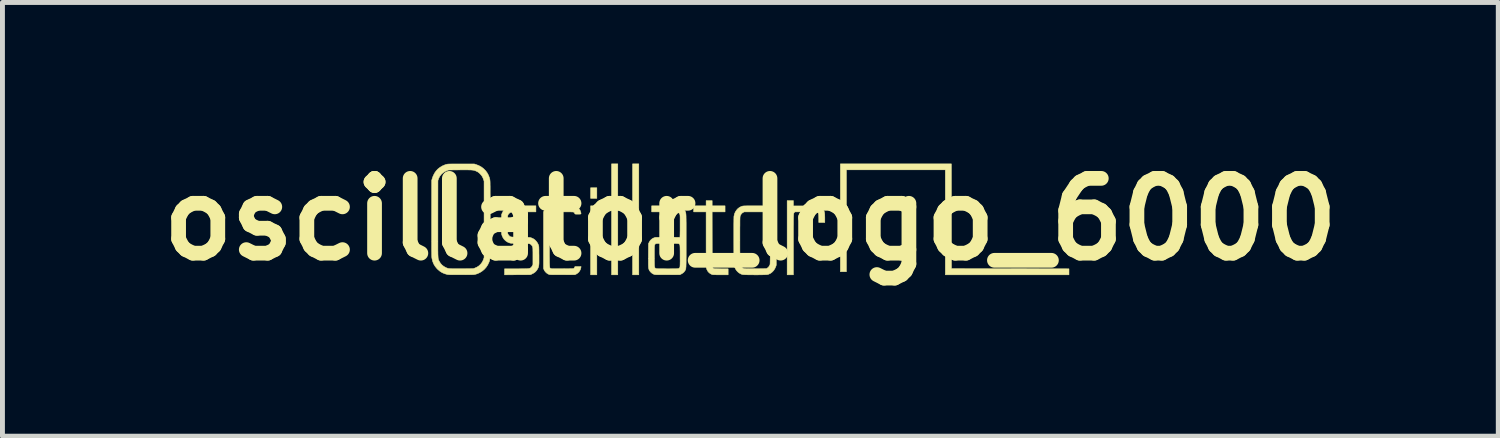
<source format=kicad_pcb>
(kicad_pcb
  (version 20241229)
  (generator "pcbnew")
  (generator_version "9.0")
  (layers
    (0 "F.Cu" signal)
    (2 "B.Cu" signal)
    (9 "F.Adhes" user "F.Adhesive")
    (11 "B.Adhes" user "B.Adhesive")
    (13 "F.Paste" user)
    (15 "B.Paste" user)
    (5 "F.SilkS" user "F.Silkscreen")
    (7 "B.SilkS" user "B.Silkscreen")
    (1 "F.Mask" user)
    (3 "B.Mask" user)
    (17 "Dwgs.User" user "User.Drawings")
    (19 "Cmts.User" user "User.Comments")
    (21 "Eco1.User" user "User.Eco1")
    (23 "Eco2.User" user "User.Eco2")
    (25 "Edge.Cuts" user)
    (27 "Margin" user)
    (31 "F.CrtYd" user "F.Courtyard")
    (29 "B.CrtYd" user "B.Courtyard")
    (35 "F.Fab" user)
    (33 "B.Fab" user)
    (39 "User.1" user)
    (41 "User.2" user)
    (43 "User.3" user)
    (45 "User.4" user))
  (footprint "oscillator_logo_6000"
    (layer "F.Cu")
    (at 12.236 1.418)
    (property "Reference" "oscillator_logo_6000" (at 0 0 0) (layer "F.SilkS") (effects (font (size 1.524 1.524) (thickness 0.3))))
    (attr through_hole)
    (fp_poly (pts (xy -3.128 -0.428) (xy -3.255 -0.428) (xy -3.255 -0.643) (xy -3.128 -0.643) (xy -3.128 -0.428)) (stroke (width 0.01) (type solid)) (fill yes) (layer "F.SilkS"))
    (fp_poly (pts (xy -3.128 1.13) (xy -3.255 1.13) (xy -3.255 -0.275) (xy -3.128 -0.275) (xy -3.128 1.13)) (stroke (width 0.01) (type solid)) (fill yes) (layer "F.SilkS"))
    (fp_poly (pts (xy -2.701 1.13) (xy -2.828 1.13) (xy -2.828 -1.13) (xy -2.701 -1.13) (xy -2.701 1.13)) (stroke (width 0.01) (type solid)) (fill yes) (layer "F.SilkS"))
    (fp_poly (pts (xy -2.273 1.13) (xy -2.4 1.13) (xy -2.4 -1.13) (xy -2.273 -1.13) (xy -2.273 1.13)) (stroke (width 0.01) (type solid)) (fill yes) (layer "F.SilkS"))
    (fp_poly (pts (xy 4.095 -0.062) (xy 4.096 1.005) (xy 5.293 1.006) (xy 6.49 1.008) (xy 6.49 1.13) (xy 3.971 1.13) (xy 3.971 -1.008) (xy 1.956 -1.008) (xy 1.956 1.067) (xy 1.833 1.067) (xy 1.833 -1.13) (xy 4.094 -1.13) (xy 4.095 -0.062)) (stroke (width 0.01) (type solid)) (fill yes) (layer "F.SilkS"))
    (fp_poly (pts (xy -0.779 -0.275) (xy -0.516 -0.275) (xy -0.516 -0.152) (xy -0.779 -0.152) (xy -0.778 0.407) (xy -0.777 0.967) (xy -0.767 0.982) (xy -0.759 0.993) (xy -0.749 1.002) (xy -0.747 1.003) (xy -0.74 1.004) (xy -0.727 1.005) (xy -0.707 1.006) (xy -0.68 1.007) (xy -0.645 1.007) (xy -0.602 1.008) (xy -0.595 1.008) (xy -0.453 1.008) (xy -0.453 1.13) (xy -0.609 1.13) (xy -0.651 1.13) (xy -0.685 1.13) (xy -0.713 1.129) (xy -0.735 1.129) (xy -0.751 1.128) (xy -0.764 1.127) (xy -0.773 1.126) (xy -0.781 1.124) (xy -0.783 1.123) (xy -0.816 1.107) (xy -0.845 1.084) (xy -0.869 1.056) (xy -0.887 1.022) (xy -0.895 0.997) (xy -0.896 0.992) (xy -0.897 0.987) (xy -0.898 0.979) (xy -0.898 0.969) (xy -0.899 0.956) (xy -0.9 0.939) (xy -0.9 0.92) (xy -0.9 0.896) (xy -0.901 0.867) (xy -0.901 0.834) (xy -0.901 0.796) (xy -0.901 0.751) (xy -0.901 0.7) (xy -0.902 0.643) (xy -0.902 0.579) (xy -0.902 0.507) (xy -0.902 0.427) (xy -0.902 -0.152) (xy -1.156 -0.152) (xy -1.156 -0.275) (xy -0.902 -0.275) (xy -0.902 -0.381) (xy -0.779 -0.381) (xy -0.779 -0.275)) (stroke (width 0.01) (type solid)) (fill yes) (layer "F.SilkS"))
    (fp_poly (pts (xy 0.876 -0.327) (xy 0.876 -0.273) (xy 1.395 -0.273) (xy 1.422 -0.259) (xy 1.452 -0.238) (xy 1.477 -0.21) (xy 1.491 -0.187) (xy 1.499 -0.172) (xy 1.505 -0.157) (xy 1.509 -0.141) (xy 1.512 -0.122) (xy 1.514 -0.1) (xy 1.515 -0.071) (xy 1.516 -0.037) (xy 1.516 -0.027) (xy 1.516 0.064) (xy 1.393 0.064) (xy 1.393 -0.016) (xy 1.392 -0.051) (xy 1.391 -0.079) (xy 1.389 -0.101) (xy 1.386 -0.117) (xy 1.381 -0.129) (xy 1.374 -0.139) (xy 1.369 -0.144) (xy 1.366 -0.146) (xy 1.363 -0.147) (xy 1.358 -0.149) (xy 1.352 -0.15) (xy 1.343 -0.151) (xy 1.33 -0.151) (xy 1.314 -0.152) (xy 1.293 -0.152) (xy 1.266 -0.152) (xy 1.233 -0.152) (xy 1.193 -0.152) (xy 1.146 -0.152) (xy 0.907 -0.152) (xy 0.898 -0.143) (xy 0.895 -0.14) (xy 0.893 -0.137) (xy 0.89 -0.134) (xy 0.888 -0.131) (xy 0.886 -0.127) (xy 0.884 -0.121) (xy 0.883 -0.114) (xy 0.882 -0.104) (xy 0.88 -0.092) (xy 0.88 -0.077) (xy 0.879 -0.059) (xy 0.878 -0.037) (xy 0.878 -0.01) (xy 0.877 0.021) (xy 0.877 0.057) (xy 0.877 0.098) (xy 0.876 0.146) (xy 0.876 0.199) (xy 0.876 0.26) (xy 0.876 0.327) (xy 0.876 0.402) (xy 0.876 0.485) (xy 0.876 0.514) (xy 0.876 1.13) (xy 0.749 1.13) (xy 0.749 -0.381) (xy 0.876 -0.381) (xy 0.876 -0.327)) (stroke (width 0.01) (type solid)) (fill yes) (layer "F.SilkS"))
    (fp_poly (pts (xy -3.551 -0.262) (xy -3.519 -0.242) (xy -3.492 -0.217) (xy -3.471 -0.187) (xy -3.458 -0.153) (xy -3.457 -0.15) (xy -3.452 -0.133) (xy -3.45 -0.121) (xy -3.451 -0.114) (xy -3.455 -0.109) (xy -3.465 -0.107) (xy -3.481 -0.106) (xy -3.504 -0.106) (xy -3.512 -0.106) (xy -3.536 -0.106) (xy -3.553 -0.106) (xy -3.564 -0.107) (xy -3.571 -0.109) (xy -3.574 -0.111) (xy -3.576 -0.113) (xy -3.583 -0.13) (xy -3.592 -0.141) (xy -3.598 -0.145) (xy -3.602 -0.147) (xy -3.606 -0.148) (xy -3.613 -0.149) (xy -3.622 -0.15) (xy -3.635 -0.151) (xy -3.652 -0.151) (xy -3.673 -0.152) (xy -3.701 -0.152) (xy -3.734 -0.152) (xy -3.774 -0.152) (xy -3.822 -0.152) (xy -3.833 -0.152) (xy -3.885 -0.152) (xy -3.928 -0.152) (xy -3.965 -0.152) (xy -3.995 -0.152) (xy -4.019 -0.151) (xy -4.038 -0.15) (xy -4.053 -0.149) (xy -4.064 -0.147) (xy -4.072 -0.144) (xy -4.078 -0.141) (xy -4.081 -0.137) (xy -4.084 -0.133) (xy -4.087 -0.127) (xy -4.088 -0.125) (xy -4.089 -0.122) (xy -4.089 -0.116) (xy -4.09 -0.109) (xy -4.091 -0.098) (xy -4.091 -0.084) (xy -4.092 -0.066) (xy -4.092 -0.044) (xy -4.093 -0.018) (xy -4.093 0.014) (xy -4.093 0.051) (xy -4.093 0.094) (xy -4.093 0.143) (xy -4.093 0.199) (xy -4.094 0.262) (xy -4.094 0.332) (xy -4.094 0.41) (xy -4.094 0.428) (xy -4.094 0.508) (xy -4.094 0.58) (xy -4.094 0.645) (xy -4.094 0.702) (xy -4.094 0.753) (xy -4.093 0.798) (xy -4.093 0.836) (xy -4.093 0.869) (xy -4.092 0.897) (xy -4.091 0.921) (xy -4.09 0.94) (xy -4.089 0.956) (xy -4.088 0.968) (xy -4.086 0.978) (xy -4.085 0.985) (xy -4.083 0.99) (xy -4.08 0.993) (xy -4.077 0.996) (xy -4.074 0.998) (xy -4.071 0.999) (xy -4.067 1.001) (xy -4.066 1.001) (xy -4.062 1.002) (xy -4.057 1.004) (xy -4.049 1.005) (xy -4.039 1.006) (xy -4.025 1.006) (xy -4.007 1.007) (xy -3.984 1.007) (xy -3.955 1.007) (xy -3.92 1.007) (xy -3.878 1.007) (xy -3.828 1.007) (xy -3.828 1.007) (xy -3.778 1.006) (xy -3.737 1.006) (xy -3.702 1.006) (xy -3.674 1.005) (xy -3.652 1.005) (xy -3.634 1.004) (xy -3.621 1.004) (xy -3.611 1.003) (xy -3.605 1.002) (xy -3.6 1.001) (xy -3.597 0.999) (xy -3.594 0.997) (xy -3.594 0.997) (xy -3.586 0.987) (xy -3.579 0.975) (xy -3.573 0.961) (xy -3.449 0.961) (xy -3.452 0.983) (xy -3.46 1.016) (xy -3.476 1.048) (xy -3.497 1.077) (xy -3.524 1.1) (xy -3.547 1.115) (xy -3.575 1.128) (xy -3.825 1.129) (xy -3.881 1.129) (xy -3.93 1.129) (xy -3.971 1.129) (xy -4.005 1.129) (xy -4.033 1.128) (xy -4.055 1.128) (xy -4.072 1.127) (xy -4.084 1.126) (xy -4.092 1.125) (xy -4.094 1.125) (xy -4.123 1.113) (xy -4.151 1.094) (xy -4.176 1.07) (xy -4.196 1.043) (xy -4.204 1.026) (xy -4.214 1.001) (xy -4.214 -0.15) (xy -4.201 -0.178) (xy -4.18 -0.211) (xy -4.153 -0.238) (xy -4.121 -0.259) (xy -4.12 -0.259) (xy -4.092 -0.273) (xy -3.575 -0.273) (xy -3.551 -0.262)) (stroke (width 0.01) (type solid)) (fill yes) (layer "F.SilkS"))
    (fp_poly (pts (xy 0.149 -0.275) (xy 0.195 -0.275) (xy 0.234 -0.275) (xy 0.266 -0.274) (xy 0.292 -0.274) (xy 0.313 -0.273) (xy 0.329 -0.272) (xy 0.341 -0.271) (xy 0.35 -0.27) (xy 0.354 -0.269) (xy 0.392 -0.255) (xy 0.427 -0.233) (xy 0.458 -0.206) (xy 0.485 -0.172) (xy 0.499 -0.147) (xy 0.504 -0.138) (xy 0.508 -0.13) (xy 0.511 -0.122) (xy 0.514 -0.115) (xy 0.517 -0.106) (xy 0.52 -0.097) (xy 0.522 -0.085) (xy 0.523 -0.072) (xy 0.525 -0.056) (xy 0.526 -0.037) (xy 0.527 -0.015) (xy 0.528 0.012) (xy 0.528 0.042) (xy 0.528 0.078) (xy 0.529 0.12) (xy 0.529 0.167) (xy 0.529 0.221) (xy 0.529 0.282) (xy 0.528 0.35) (xy 0.528 0.426) (xy 0.528 0.442) (xy 0.527 0.933) (xy 0.518 0.961) (xy 0.499 1.003) (xy 0.475 1.041) (xy 0.446 1.072) (xy 0.413 1.098) (xy 0.375 1.117) (xy 0.353 1.124) (xy 0.343 1.125) (xy 0.325 1.127) (xy 0.301 1.128) (xy 0.271 1.129) (xy 0.237 1.13) (xy 0.199 1.13) (xy 0.159 1.131) (xy 0.117 1.131) (xy 0.075 1.131) (xy 0.033 1.13) (xy -0.007 1.13) (xy -0.045 1.13) (xy -0.08 1.129) (xy -0.11 1.128) (xy -0.135 1.127) (xy -0.153 1.125) (xy -0.164 1.124) (xy -0.165 1.124) (xy -0.198 1.111) (xy -0.23 1.092) (xy -0.257 1.07) (xy -0.283 1.042) (xy -0.303 1.011) (xy -0.32 0.975) (xy -0.325 0.963) (xy -0.337 0.929) (xy -0.338 0.447) (xy -0.338 0.41) (xy -0.214 0.41) (xy -0.214 0.425) (xy -0.214 0.501) (xy -0.214 0.569) (xy -0.214 0.629) (xy -0.213 0.682) (xy -0.213 0.728) (xy -0.213 0.768) (xy -0.213 0.802) (xy -0.212 0.831) (xy -0.212 0.855) (xy -0.211 0.875) (xy -0.211 0.89) (xy -0.21 0.902) (xy -0.209 0.911) (xy -0.209 0.917) (xy -0.208 0.92) (xy -0.199 0.941) (xy -0.186 0.963) (xy -0.17 0.981) (xy -0.164 0.987) (xy -0.158 0.991) (xy -0.152 0.995) (xy -0.146 0.998) (xy -0.138 1) (xy -0.129 1.002) (xy -0.117 1.004) (xy -0.101 1.005) (xy -0.081 1.006) (xy -0.056 1.006) (xy -0.025 1.007) (xy 0.012 1.007) (xy 0.056 1.007) (xy 0.102 1.006) (xy 0.325 1.005) (xy 0.345 0.993) (xy 0.366 0.976) (xy 0.383 0.954) (xy 0.396 0.929) (xy 0.399 0.921) (xy 0.4 0.917) (xy 0.401 0.909) (xy 0.401 0.897) (xy 0.402 0.881) (xy 0.402 0.86) (xy 0.403 0.834) (xy 0.403 0.803) (xy 0.404 0.766) (xy 0.404 0.723) (xy 0.404 0.673) (xy 0.404 0.617) (xy 0.404 0.552) (xy 0.404 0.48) (xy 0.404 0.423) (xy 0.404 -0.057) (xy 0.393 -0.08) (xy 0.378 -0.107) (xy 0.362 -0.126) (xy 0.341 -0.14) (xy 0.337 -0.142) (xy 0.315 -0.152) (xy 0.095 -0.152) (xy -0.125 -0.152) (xy -0.147 -0.141) (xy -0.171 -0.125) (xy -0.19 -0.102) (xy -0.205 -0.074) (xy -0.206 -0.071) (xy -0.207 -0.067) (xy -0.208 -0.062) (xy -0.209 -0.057) (xy -0.21 -0.05) (xy -0.211 -0.04) (xy -0.211 -0.029) (xy -0.212 -0.014) (xy -0.212 0.005) (xy -0.213 0.027) (xy -0.213 0.054) (xy -0.213 0.086) (xy -0.213 0.124) (xy -0.214 0.167) (xy -0.214 0.217) (xy -0.214 0.274) (xy -0.214 0.338) (xy -0.214 0.41) (xy -0.338 0.41) (xy -0.338 0.358) (xy -0.338 0.278) (xy -0.338 0.207) (xy -0.338 0.144) (xy -0.338 0.089) (xy -0.337 0.042) (xy -0.337 0.004) (xy -0.336 -0.026) (xy -0.336 -0.048) (xy -0.335 -0.061) (xy -0.334 -0.065) (xy -0.324 -0.11) (xy -0.306 -0.152) (xy -0.282 -0.188) (xy -0.253 -0.22) (xy -0.219 -0.245) (xy -0.18 -0.264) (xy -0.165 -0.268) (xy -0.159 -0.27) (xy -0.152 -0.271) (xy -0.142 -0.272) (xy -0.13 -0.273) (xy -0.114 -0.274) (xy -0.093 -0.274) (xy -0.068 -0.275) (xy -0.037 -0.275) (xy 0.000456 -0.275) (xy 0.045 -0.275) (xy 0.095 -0.275) (xy 0.149 -0.275)) (stroke (width 0.01) (type solid)) (fill yes) (layer "F.SilkS"))
    (fp_poly (pts (xy -4.369 -0.152) (xy -4.612 -0.152) (xy -4.664 -0.152) (xy -4.708 -0.152) (xy -4.744 -0.152) (xy -4.775 -0.152) (xy -4.8 -0.152) (xy -4.819 -0.151) (xy -4.835 -0.151) (xy -4.847 -0.15) (xy -4.857 -0.149) (xy -4.864 -0.148) (xy -4.87 -0.147) (xy -4.875 -0.145) (xy -4.878 -0.144) (xy -4.903 -0.131) (xy -4.917 -0.118) (xy -4.924 -0.11) (xy -4.93 -0.103) (xy -4.935 -0.096) (xy -4.939 -0.087) (xy -4.941 -0.077) (xy -4.944 -0.064) (xy -4.945 -0.048) (xy -4.946 -0.027) (xy -4.947 -0.001) (xy -4.947 0.031) (xy -4.948 0.071) (xy -4.948 0.097) (xy -4.948 0.143) (xy -4.948 0.181) (xy -4.948 0.213) (xy -4.947 0.239) (xy -4.946 0.26) (xy -4.944 0.277) (xy -4.942 0.29) (xy -4.938 0.3) (xy -4.934 0.309) (xy -4.928 0.317) (xy -4.921 0.325) (xy -4.918 0.329) (xy -4.911 0.336) (xy -4.905 0.343) (xy -4.899 0.348) (xy -4.891 0.352) (xy -4.882 0.355) (xy -4.871 0.358) (xy -4.856 0.36) (xy -4.837 0.361) (xy -4.814 0.362) (xy -4.784 0.363) (xy -4.748 0.363) (xy -4.705 0.364) (xy -4.682 0.364) (xy -4.637 0.365) (xy -4.599 0.365) (xy -4.569 0.366) (xy -4.544 0.367) (xy -4.524 0.367) (xy -4.509 0.368) (xy -4.497 0.369) (xy -4.487 0.37) (xy -4.479 0.372) (xy -4.472 0.374) (xy -4.466 0.376) (xy -4.426 0.393) (xy -4.39 0.418) (xy -4.36 0.449) (xy -4.334 0.486) (xy -4.317 0.523) (xy -4.315 0.53) (xy -4.313 0.536) (xy -4.311 0.543) (xy -4.31 0.552) (xy -4.309 0.564) (xy -4.308 0.579) (xy -4.308 0.598) (xy -4.307 0.623) (xy -4.307 0.653) (xy -4.307 0.69) (xy -4.306 0.73) (xy -4.306 0.779) (xy -4.306 0.821) (xy -4.306 0.856) (xy -4.306 0.885) (xy -4.307 0.909) (xy -4.309 0.928) (xy -4.311 0.945) (xy -4.314 0.958) (xy -4.317 0.971) (xy -4.321 0.982) (xy -4.326 0.993) (xy -4.327 0.995) (xy -4.35 1.035) (xy -4.378 1.068) (xy -4.413 1.094) (xy -4.453 1.115) (xy -4.456 1.117) (xy -4.485 1.128) (xy -4.747 1.129) (xy -5.008 1.131) (xy -5.008 1.008) (xy -4.768 1.008) (xy -4.713 1.008) (xy -4.667 1.007) (xy -4.628 1.007) (xy -4.595 1.007) (xy -4.568 1.006) (xy -4.545 1.005) (xy -4.528 1.004) (xy -4.513 1.002) (xy -4.502 1) (xy -4.493 0.997) (xy -4.486 0.994) (xy -4.48 0.99) (xy -4.473 0.985) (xy -4.47 0.982) (xy -4.459 0.971) (xy -4.448 0.956) (xy -4.442 0.945) (xy -4.43 0.921) (xy -4.43 0.749) (xy -4.43 0.704) (xy -4.43 0.666) (xy -4.431 0.635) (xy -4.431 0.611) (xy -4.432 0.591) (xy -4.434 0.575) (xy -4.436 0.563) (xy -4.44 0.553) (xy -4.444 0.545) (xy -4.448 0.538) (xy -4.454 0.531) (xy -4.459 0.526) (xy -4.466 0.519) (xy -4.472 0.512) (xy -4.478 0.507) (xy -4.485 0.503) (xy -4.493 0.5) (xy -4.504 0.497) (xy -4.517 0.495) (xy -4.535 0.494) (xy -4.558 0.493) (xy -4.586 0.492) (xy -4.62 0.492) (xy -4.662 0.491) (xy -4.693 0.491) (xy -4.738 0.49) (xy -4.776 0.49) (xy -4.807 0.489) (xy -4.832 0.488) (xy -4.852 0.488) (xy -4.867 0.487) (xy -4.88 0.486) (xy -4.889 0.485) (xy -4.897 0.483) (xy -4.904 0.481) (xy -4.911 0.479) (xy -4.95 0.462) (xy -4.985 0.438) (xy -5.016 0.408) (xy -5.04 0.373) (xy -5.058 0.335) (xy -5.065 0.311) (xy -5.067 0.302) (xy -5.068 0.293) (xy -5.069 0.281) (xy -5.07 0.265) (xy -5.071 0.246) (xy -5.071 0.222) (xy -5.071 0.192) (xy -5.071 0.155) (xy -5.071 0.112) (xy -5.071 0.094) (xy -5.069 -0.095) (xy -5.058 -0.124) (xy -5.038 -0.165) (xy -5.012 -0.2) (xy -4.98 -0.23) (xy -4.949 -0.249) (xy -4.939 -0.255) (xy -4.93 -0.259) (xy -4.921 -0.263) (xy -4.911 -0.266) (xy -4.9 -0.268) (xy -4.887 -0.27) (xy -4.871 -0.272) (xy -4.852 -0.273) (xy -4.828 -0.274) (xy -4.8 -0.275) (xy -4.766 -0.275) (xy -4.725 -0.275) (xy -4.677 -0.275) (xy -4.622 -0.275) (xy -4.369 -0.275) (xy -4.369 -0.152)) (stroke (width 0.01) (type solid)) (fill yes) (layer "F.SilkS"))
    (fp_poly (pts (xy -5.893 -1.128) (xy -5.624 -1.128) (xy -5.587 -1.116) (xy -5.532 -1.095) (xy -5.481 -1.067) (xy -5.436 -1.033) (xy -5.396 -0.993) (xy -5.363 -0.949) (xy -5.336 -0.9) (xy -5.316 -0.847) (xy -5.308 -0.815) (xy -5.307 -0.81) (xy -5.306 -0.805) (xy -5.305 -0.799) (xy -5.305 -0.791) (xy -5.304 -0.782) (xy -5.303 -0.772) (xy -5.303 -0.759) (xy -5.302 -0.743) (xy -5.302 -0.724) (xy -5.302 -0.702) (xy -5.301 -0.676) (xy -5.301 -0.646) (xy -5.301 -0.611) (xy -5.301 -0.571) (xy -5.301 -0.526) (xy -5.3 -0.476) (xy -5.3 -0.419) (xy -5.3 -0.355) (xy -5.3 -0.285) (xy -5.3 -0.208) (xy -5.3 -0.123) (xy -5.3 -0.03) (xy -5.3 -0.004) (xy -5.3 0.094) (xy -5.3 0.183) (xy -5.3 0.265) (xy -5.3 0.339) (xy -5.3 0.406) (xy -5.3 0.467) (xy -5.301 0.521) (xy -5.301 0.57) (xy -5.301 0.613) (xy -5.301 0.652) (xy -5.302 0.685) (xy -5.303 0.714) (xy -5.303 0.74) (xy -5.304 0.762) (xy -5.305 0.78) (xy -5.306 0.796) (xy -5.308 0.809) (xy -5.309 0.821) (xy -5.311 0.83) (xy -5.313 0.839) (xy -5.315 0.846) (xy -5.317 0.853) (xy -5.32 0.86) (xy -5.322 0.867) (xy -5.325 0.875) (xy -5.326 0.876) (xy -5.35 0.927) (xy -5.381 0.974) (xy -5.419 1.017) (xy -5.462 1.053) (xy -5.51 1.084) (xy -5.563 1.108) (xy -5.595 1.118) (xy -5.602 1.12) (xy -5.609 1.122) (xy -5.616 1.123) (xy -5.625 1.125) (xy -5.635 1.126) (xy -5.648 1.126) (xy -5.664 1.127) (xy -5.685 1.127) (xy -5.71 1.128) (xy -5.74 1.128) (xy -5.777 1.128) (xy -5.82 1.129) (xy -5.871 1.129) (xy -5.884 1.129) (xy -5.94 1.129) (xy -5.988 1.129) (xy -6.029 1.129) (xy -6.064 1.129) (xy -6.092 1.128) (xy -6.115 1.128) (xy -6.134 1.127) (xy -6.148 1.126) (xy -6.16 1.125) (xy -6.168 1.124) (xy -6.17 1.124) (xy -6.224 1.109) (xy -6.275 1.088) (xy -6.321 1.06) (xy -6.364 1.024) (xy -6.386 1.002) (xy -6.422 0.958) (xy -6.451 0.91) (xy -6.472 0.858) (xy -6.486 0.801) (xy -6.49 0.777) (xy -6.49 0.768) (xy -6.491 0.754) (xy -6.491 0.735) (xy -6.492 0.71) (xy -6.492 0.679) (xy -6.493 0.642) (xy -6.493 0.598) (xy -6.493 0.548) (xy -6.493 0.491) (xy -6.493 0.427) (xy -6.493 0.397) (xy -6.366 0.397) (xy -6.366 0.457) (xy -6.366 0.511) (xy -6.366 0.56) (xy -6.366 0.602) (xy -6.366 0.64) (xy -6.365 0.673) (xy -6.365 0.702) (xy -6.364 0.727) (xy -6.363 0.748) (xy -6.362 0.766) (xy -6.361 0.781) (xy -6.36 0.793) (xy -6.358 0.804) (xy -6.356 0.812) (xy -6.355 0.82) (xy -6.352 0.826) (xy -6.35 0.832) (xy -6.347 0.837) (xy -6.344 0.843) (xy -6.341 0.849) (xy -6.339 0.853) (xy -6.315 0.893) (xy -6.285 0.928) (xy -6.247 0.958) (xy -6.212 0.978) (xy -6.2 0.984) (xy -6.189 0.989) (xy -6.178 0.993) (xy -6.166 0.997) (xy -6.154 1) (xy -6.139 1.002) (xy -6.121 1.004) (xy -6.1 1.005) (xy -6.074 1.006) (xy -6.044 1.006) (xy -6.008 1.006) (xy -5.965 1.006) (xy -5.915 1.006) (xy -5.884 1.006) (xy -5.649 1.005) (xy -5.614 0.993) (xy -5.569 0.973) (xy -5.528 0.946) (xy -5.494 0.913) (xy -5.465 0.875) (xy -5.443 0.832) (xy -5.437 0.815) (xy -5.425 0.781) (xy -5.425 -0.777) (xy -5.435 -0.809) (xy -5.448 -0.843) (xy -5.463 -0.873) (xy -5.482 -0.9) (xy -5.506 -0.926) (xy -5.524 -0.944) (xy -5.541 -0.957) (xy -5.557 -0.968) (xy -5.576 -0.977) (xy -5.589 -0.983) (xy -5.601 -0.989) (xy -5.613 -0.993) (xy -5.626 -0.997) (xy -5.639 -1) (xy -5.655 -1.002) (xy -5.674 -1.004) (xy -5.696 -1.006) (xy -5.723 -1.006) (xy -5.754 -1.007) (xy -5.792 -1.007) (xy -5.836 -1.007) (xy -5.887 -1.007) (xy -5.912 -1.007) (xy -6.145 -1.005) (xy -6.179 -0.993) (xy -6.224 -0.973) (xy -6.264 -0.946) (xy -6.299 -0.914) (xy -6.328 -0.876) (xy -6.35 -0.833) (xy -6.355 -0.817) (xy -6.365 -0.79) (xy -6.366 -0.011) (xy -6.366 0.086) (xy -6.366 0.175) (xy -6.366 0.256) (xy -6.366 0.33) (xy -6.366 0.397) (xy -6.493 0.397) (xy -6.493 0.356) (xy -6.493 0.277) (xy -6.493 0.19) (xy -6.493 0.096) (xy -6.493 -0.007) (xy -6.493 -0.03) (xy -6.492 -0.794) (xy -6.482 -0.83) (xy -6.469 -0.868) (xy -6.451 -0.908) (xy -6.43 -0.947) (xy -6.406 -0.981) (xy -6.404 -0.984) (xy -6.367 -1.024) (xy -6.324 -1.058) (xy -6.276 -1.087) (xy -6.226 -1.109) (xy -6.198 -1.118) (xy -6.19 -1.12) (xy -6.183 -1.122) (xy -6.176 -1.123) (xy -6.168 -1.125) (xy -6.158 -1.126) (xy -6.145 -1.126) (xy -6.13 -1.127) (xy -6.111 -1.127) (xy -6.087 -1.128) (xy -6.058 -1.128) (xy -6.024 -1.128) (xy -5.983 -1.128) (xy -5.934 -1.128) (xy -5.893 -1.128)) (stroke (width 0.01) (type solid)) (fill yes) (layer "F.SilkS"))
    (fp_poly (pts (xy -1.745 -0.275) (xy -1.689 -0.275) (xy -1.641 -0.275) (xy -1.6 -0.275) (xy -1.565 -0.275) (xy -1.536 -0.274) (xy -1.511 -0.273) (xy -1.492 -0.272) (xy -1.476 -0.271) (xy -1.462 -0.269) (xy -1.452 -0.267) (xy -1.442 -0.265) (xy -1.434 -0.261) (xy -1.426 -0.258) (xy -1.417 -0.253) (xy -1.414 -0.252) (xy -1.393 -0.238) (xy -1.371 -0.22) (xy -1.351 -0.198) (xy -1.335 -0.176) (xy -1.333 -0.171) (xy -1.329 -0.165) (xy -1.326 -0.159) (xy -1.323 -0.153) (xy -1.321 -0.147) (xy -1.318 -0.14) (xy -1.317 -0.132) (xy -1.315 -0.122) (xy -1.313 -0.11) (xy -1.312 -0.096) (xy -1.311 -0.078) (xy -1.31 -0.057) (xy -1.31 -0.032) (xy -1.309 -0.002) (xy -1.309 0.032) (xy -1.308 0.072) (xy -1.308 0.117) (xy -1.308 0.169) (xy -1.308 0.228) (xy -1.308 0.293) (xy -1.308 0.367) (xy -1.308 0.44) (xy -1.308 0.521) (xy -1.308 0.593) (xy -1.308 0.658) (xy -1.308 0.716) (xy -1.308 0.767) (xy -1.309 0.812) (xy -1.309 0.851) (xy -1.309 0.885) (xy -1.31 0.914) (xy -1.311 0.939) (xy -1.311 0.959) (xy -1.313 0.977) (xy -1.314 0.991) (xy -1.315 1.002) (xy -1.317 1.012) (xy -1.319 1.019) (xy -1.321 1.026) (xy -1.324 1.032) (xy -1.327 1.037) (xy -1.33 1.042) (xy -1.334 1.048) (xy -1.334 1.049) (xy -1.353 1.074) (xy -1.377 1.095) (xy -1.407 1.113) (xy -1.41 1.115) (xy -1.437 1.128) (xy -1.685 1.129) (xy -1.741 1.129) (xy -1.789 1.129) (xy -1.83 1.129) (xy -1.864 1.129) (xy -1.892 1.128) (xy -1.914 1.128) (xy -1.93 1.127) (xy -1.942 1.126) (xy -1.95 1.125) (xy -1.952 1.125) (xy -1.983 1.112) (xy -2.012 1.093) (xy -2.038 1.068) (xy -2.055 1.045) (xy -2.06 1.036) (xy -2.064 1.028) (xy -2.067 1.019) (xy -2.07 1.01) (xy -2.073 0.998) (xy -2.075 0.984) (xy -2.076 0.967) (xy -2.077 0.946) (xy -2.078 0.92) (xy -2.078 0.889) (xy -2.078 0.851) (xy -2.078 0.807) (xy -2.078 0.756) (xy -2.078 0.75) (xy -1.956 0.75) (xy -1.956 0.801) (xy -1.956 0.843) (xy -1.955 0.879) (xy -1.955 0.908) (xy -1.954 0.932) (xy -1.953 0.951) (xy -1.951 0.965) (xy -1.949 0.976) (xy -1.946 0.984) (xy -1.943 0.989) (xy -1.938 0.993) (xy -1.933 0.997) (xy -1.927 1) (xy -1.926 1) (xy -1.922 1.002) (xy -1.917 1.003) (xy -1.911 1.004) (xy -1.901 1.005) (xy -1.889 1.006) (xy -1.873 1.007) (xy -1.852 1.007) (xy -1.825 1.007) (xy -1.793 1.007) (xy -1.754 1.007) (xy -1.707 1.008) (xy -1.693 1.008) (xy -1.644 1.008) (xy -1.603 1.007) (xy -1.569 1.007) (xy -1.541 1.007) (xy -1.519 1.007) (xy -1.501 1.006) (xy -1.488 1.005) (xy -1.478 1.005) (xy -1.471 1.003) (xy -1.466 1.002) (xy -1.461 1.001) (xy -1.46 1) (xy -1.454 0.997) (xy -1.449 0.994) (xy -1.444 0.99) (xy -1.441 0.985) (xy -1.438 0.977) (xy -1.435 0.967) (xy -1.434 0.953) (xy -1.433 0.936) (xy -1.432 0.913) (xy -1.432 0.885) (xy -1.431 0.851) (xy -1.432 0.81) (xy -1.432 0.762) (xy -1.432 0.743) (xy -1.432 0.693) (xy -1.432 0.651) (xy -1.433 0.615) (xy -1.433 0.587) (xy -1.434 0.563) (xy -1.435 0.545) (xy -1.436 0.531) (xy -1.438 0.521) (xy -1.44 0.514) (xy -1.443 0.508) (xy -1.446 0.505) (xy -1.45 0.502) (xy -1.455 0.499) (xy -1.457 0.498) (xy -1.46 0.496) (xy -1.465 0.495) (xy -1.472 0.494) (xy -1.481 0.493) (xy -1.495 0.493) (xy -1.513 0.492) (xy -1.535 0.492) (xy -1.563 0.491) (xy -1.598 0.491) (xy -1.64 0.491) (xy -1.689 0.491) (xy -1.694 0.491) (xy -1.744 0.491) (xy -1.786 0.491) (xy -1.82 0.491) (xy -1.849 0.491) (xy -1.871 0.492) (xy -1.889 0.492) (xy -1.903 0.493) (xy -1.912 0.493) (xy -1.92 0.494) (xy -1.924 0.496) (xy -1.928 0.497) (xy -1.931 0.499) (xy -1.932 0.5) (xy -1.938 0.504) (xy -1.942 0.509) (xy -1.945 0.513) (xy -1.948 0.52) (xy -1.951 0.529) (xy -1.952 0.54) (xy -1.954 0.555) (xy -1.955 0.575) (xy -1.955 0.599) (xy -1.956 0.63) (xy -1.956 0.667) (xy -1.956 0.711) (xy -1.956 0.75) (xy -2.078 0.75) (xy -2.078 0.736) (xy -2.076 0.497) (xy -2.063 0.469) (xy -2.043 0.435) (xy -2.017 0.408) (xy -1.987 0.387) (xy -1.953 0.373) (xy -1.935 0.368) (xy -1.926 0.368) (xy -1.91 0.367) (xy -1.888 0.366) (xy -1.86 0.366) (xy -1.828 0.365) (xy -1.793 0.365) (xy -1.755 0.365) (xy -1.715 0.365) (xy -1.675 0.365) (xy -1.635 0.365) (xy -1.596 0.365) (xy -1.56 0.365) (xy -1.526 0.366) (xy -1.497 0.366) (xy -1.473 0.366) (xy -1.454 0.367) (xy -1.443 0.368) (xy -1.439 0.368) (xy -1.438 0.368) (xy -1.437 0.366) (xy -1.436 0.361) (xy -1.435 0.352) (xy -1.434 0.34) (xy -1.434 0.323) (xy -1.433 0.3) (xy -1.433 0.272) (xy -1.432 0.237) (xy -1.432 0.195) (xy -1.432 0.147) (xy -1.432 0.09) (xy -1.432 0.041) (xy -1.432 -0.001) (xy -1.432 -0.035) (xy -1.433 -0.062) (xy -1.434 -0.081) (xy -1.435 -0.092) (xy -1.435 -0.093) (xy -1.445 -0.115) (xy -1.461 -0.133) (xy -1.479 -0.144) (xy -1.483 -0.146) (xy -1.488 -0.147) (xy -1.494 -0.149) (xy -1.502 -0.15) (xy -1.513 -0.15) (xy -1.528 -0.151) (xy -1.546 -0.151) (xy -1.569 -0.152) (xy -1.598 -0.152) (xy -1.633 -0.152) (xy -1.674 -0.152) (xy -1.723 -0.152) (xy -1.754 -0.152) (xy -2.011 -0.152) (xy -2.011 -0.275) (xy -1.745 -0.275)) (stroke (width 0.01) (type solid)) (fill yes) (layer "F.SilkS")))
  (gr_rect
    (start -3 -3)
    (end 27.471 5.836)
    (stroke (width 0.1) (type default))
    (fill no)
    (layer "Edge.Cuts")))
</source>
